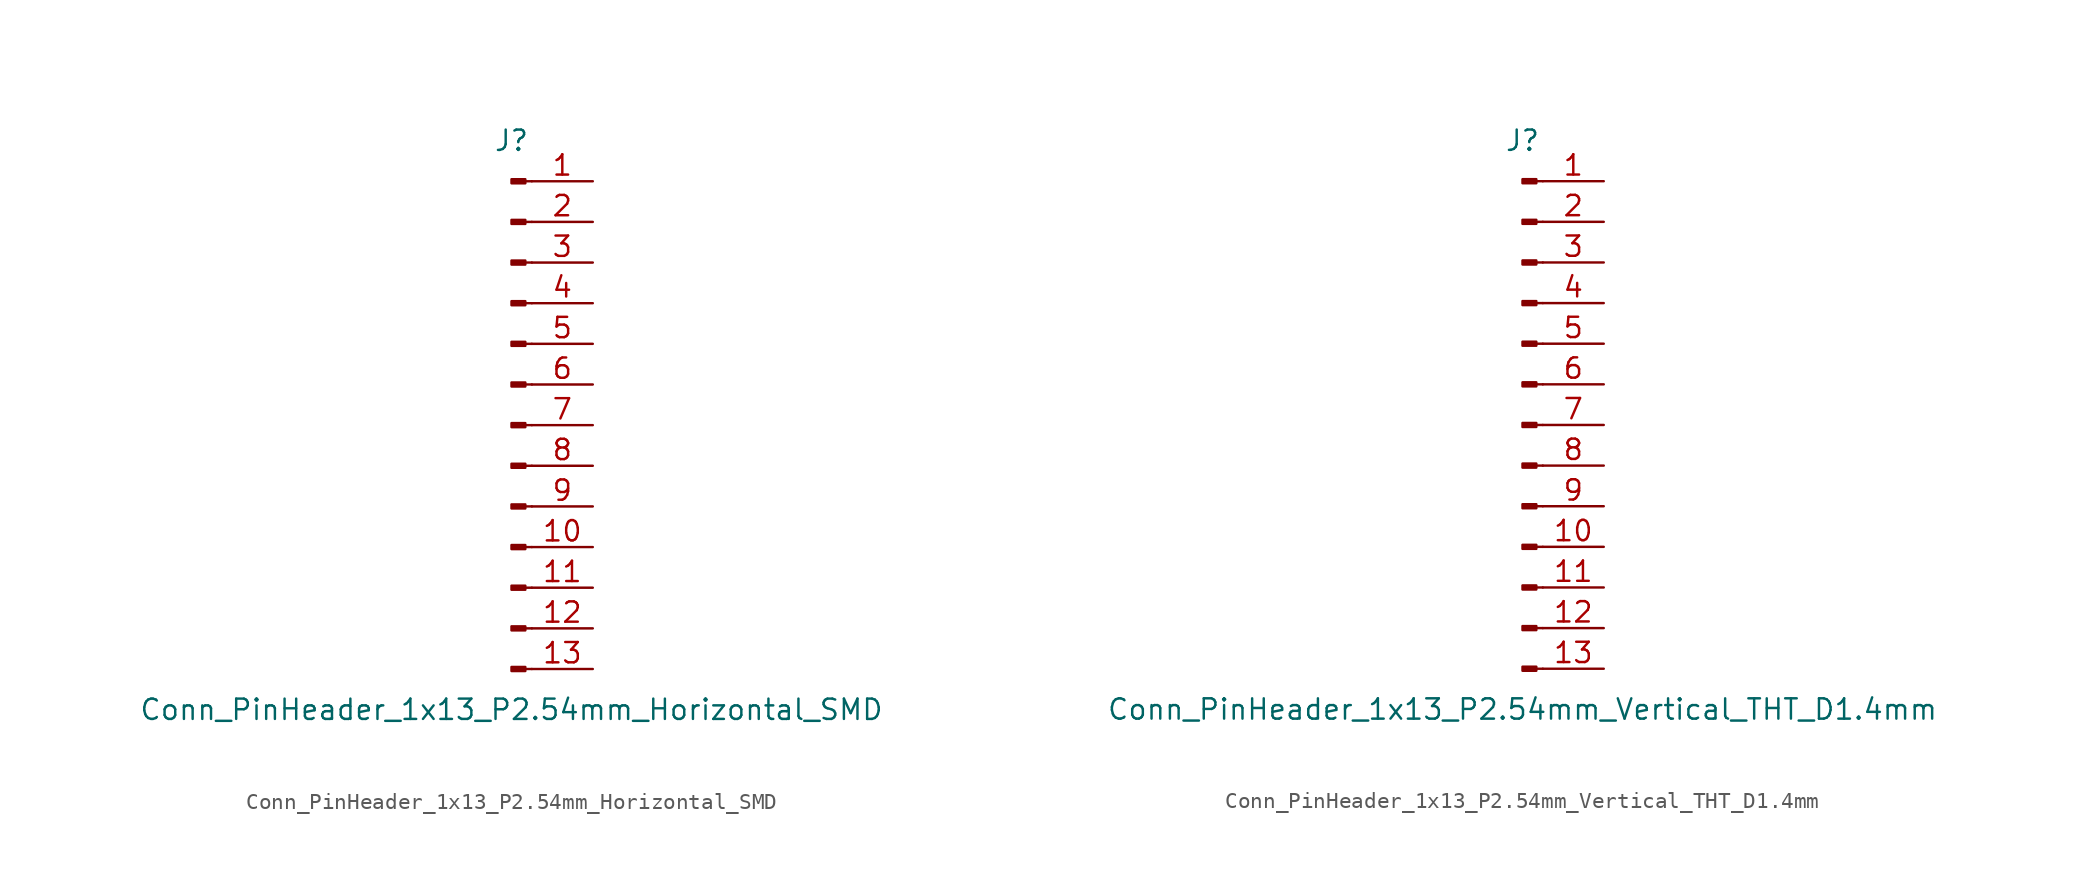
<source format=kicad_sym>
(kicad_symbol_lib
  (version 20220914)
  (generator kicad_symbol_editor)
  (symbol "Conn_PinHeader_1x13_P2.54mm_Horizontal_SMD"
    (pin_names
      (offset 1.016) hide)
    (property "Reference" "J"
      (at 0 17.78 0)
      (effects (font (size 1.27 1.27))))
    (property "Value" "Conn_PinHeader_1x13_P2.54mm_Horizontal_SMD"
      (at 0 -17.78 0)
      (effects (font (size 1.27 1.27))))
    (symbol "Conn_PinHeader_1x13_P2.54mm_Horizontal_SMD_1_1"
      (polyline (pts (xy 1.27 -15.24) (xy 0.864 -15.24)) (stroke (width 0.152) (type solid)) (fill (type none)))
      (polyline (pts (xy 1.27 -12.7) (xy 0.864 -12.7)) (stroke (width 0.152) (type solid)) (fill (type none)))
      (polyline (pts (xy 1.27 -10.16) (xy 0.864 -10.16)) (stroke (width 0.152) (type solid)) (fill (type none)))
      (polyline (pts (xy 1.27 -7.62) (xy 0.864 -7.62)) (stroke (width 0.152) (type solid)) (fill (type none)))
      (polyline (pts (xy 1.27 -5.08) (xy 0.864 -5.08)) (stroke (width 0.152) (type solid)) (fill (type none)))
      (polyline (pts (xy 1.27 -2.54) (xy 0.864 -2.54)) (stroke (width 0.152) (type solid)) (fill (type none)))
      (polyline (pts (xy 1.27 0) (xy 0.864 0)) (stroke (width 0.152) (type solid)) (fill (type none)))
      (polyline (pts (xy 1.27 2.54) (xy 0.864 2.54)) (stroke (width 0.152) (type solid)) (fill (type none)))
      (polyline (pts (xy 1.27 5.08) (xy 0.864 5.08)) (stroke (width 0.152) (type solid)) (fill (type none)))
      (polyline (pts (xy 1.27 7.62) (xy 0.864 7.62)) (stroke (width 0.152) (type solid)) (fill (type none)))
      (polyline (pts (xy 1.27 10.16) (xy 0.864 10.16)) (stroke (width 0.152) (type solid)) (fill (type none)))
      (polyline (pts (xy 1.27 12.7) (xy 0.864 12.7)) (stroke (width 0.152) (type solid)) (fill (type none)))
      (polyline (pts (xy 1.27 15.24) (xy 0.864 15.24)) (stroke (width 0.152) (type solid)) (fill (type none)))
      (rectangle (start 0.864 -15.113) (end 0 -15.367) (stroke (width 0.152) (type solid)) (fill (type outline)))
      (rectangle (start 0.864 -12.573) (end 0 -12.827) (stroke (width 0.152) (type solid)) (fill (type outline)))
      (rectangle (start 0.864 -10.033) (end 0 -10.287) (stroke (width 0.152) (type solid)) (fill (type outline)))
      (rectangle (start 0.864 -7.493) (end 0 -7.747) (stroke (width 0.152) (type solid)) (fill (type outline)))
      (rectangle (start 0.864 -4.953) (end 0 -5.207) (stroke (width 0.152) (type solid)) (fill (type outline)))
      (rectangle (start 0.864 -2.413) (end 0 -2.667) (stroke (width 0.152) (type solid)) (fill (type outline)))
      (rectangle (start 0.864 0.127) (end 0 -0.127) (stroke (width 0.152) (type solid)) (fill (type outline)))
      (rectangle (start 0.864 2.667) (end 0 2.413) (stroke (width 0.152) (type solid)) (fill (type outline)))
      (rectangle (start 0.864 5.207) (end 0 4.953) (stroke (width 0.152) (type solid)) (fill (type outline)))
      (rectangle (start 0.864 7.747) (end 0 7.493) (stroke (width 0.152) (type solid)) (fill (type outline)))
      (rectangle (start 0.864 10.287) (end 0 10.033) (stroke (width 0.152) (type solid)) (fill (type outline)))
      (rectangle (start 0.864 12.827) (end 0 12.573) (stroke (width 0.152) (type solid)) (fill (type outline)))
      (rectangle (start 0.864 15.367) (end 0 15.113) (stroke (width 0.152) (type solid)) (fill (type outline)))
      (pin passive line (at 5.08 15.24 180) (length 3.81) (name "Pin_1" (effects (font (size 1.27 1.27)))) (number "1" (effects (font (size 1.27 1.27)))))
      (pin passive line (at 5.08 -7.62 180) (length 3.81) (name "Pin_10" (effects (font (size 1.27 1.27)))) (number "10" (effects (font (size 1.27 1.27)))))
      (pin passive line (at 5.08 -10.16 180) (length 3.81) (name "Pin_11" (effects (font (size 1.27 1.27)))) (number "11" (effects (font (size 1.27 1.27)))))
      (pin passive line (at 5.08 -12.7 180) (length 3.81) (name "Pin_12" (effects (font (size 1.27 1.27)))) (number "12" (effects (font (size 1.27 1.27)))))
      (pin passive line (at 5.08 -15.24 180) (length 3.81) (name "Pin_13" (effects (font (size 1.27 1.27)))) (number "13" (effects (font (size 1.27 1.27)))))
      (pin passive line (at 5.08 12.7 180) (length 3.81) (name "Pin_2" (effects (font (size 1.27 1.27)))) (number "2" (effects (font (size 1.27 1.27)))))
      (pin passive line (at 5.08 10.16 180) (length 3.81) (name "Pin_3" (effects (font (size 1.27 1.27)))) (number "3" (effects (font (size 1.27 1.27)))))
      (pin passive line (at 5.08 7.62 180) (length 3.81) (name "Pin_4" (effects (font (size 1.27 1.27)))) (number "4" (effects (font (size 1.27 1.27)))))
      (pin passive line (at 5.08 5.08 180) (length 3.81) (name "Pin_5" (effects (font (size 1.27 1.27)))) (number "5" (effects (font (size 1.27 1.27)))))
      (pin passive line (at 5.08 2.54 180) (length 3.81) (name "Pin_6" (effects (font (size 1.27 1.27)))) (number "6" (effects (font (size 1.27 1.27)))))
      (pin passive line (at 5.08 0 180) (length 3.81) (name "Pin_7" (effects (font (size 1.27 1.27)))) (number "7" (effects (font (size 1.27 1.27)))))
      (pin passive line (at 5.08 -2.54 180) (length 3.81) (name "Pin_8" (effects (font (size 1.27 1.27)))) (number "8" (effects (font (size 1.27 1.27)))))
      (pin passive line (at 5.08 -5.08 180) (length 3.81) (name "Pin_9" (effects (font (size 1.27 1.27)))) (number "9" (effects (font (size 1.27 1.27)))))))
  (symbol "Conn_PinHeader_1x13_P2.54mm_Vertical_THT_D1.4mm"
    (pin_names
      (offset 1.016) hide)
    (property "Reference" "J"
      (at 0 17.78 0)
      (effects (font (size 1.27 1.27))))
    (property "Value" "Conn_PinHeader_1x13_P2.54mm_Vertical_THT_D1.4mm"
      (at 0 -17.78 0)
      (effects (font (size 1.27 1.27))))
    (symbol "Conn_PinHeader_1x13_P2.54mm_Vertical_THT_D1.4mm_1_1"
      (polyline (pts (xy 1.27 -15.24) (xy 0.864 -15.24)) (stroke (width 0.152) (type solid)) (fill (type none)))
      (polyline (pts (xy 1.27 -12.7) (xy 0.864 -12.7)) (stroke (width 0.152) (type solid)) (fill (type none)))
      (polyline (pts (xy 1.27 -10.16) (xy 0.864 -10.16)) (stroke (width 0.152) (type solid)) (fill (type none)))
      (polyline (pts (xy 1.27 -7.62) (xy 0.864 -7.62)) (stroke (width 0.152) (type solid)) (fill (type none)))
      (polyline (pts (xy 1.27 -5.08) (xy 0.864 -5.08)) (stroke (width 0.152) (type solid)) (fill (type none)))
      (polyline (pts (xy 1.27 -2.54) (xy 0.864 -2.54)) (stroke (width 0.152) (type solid)) (fill (type none)))
      (polyline (pts (xy 1.27 0) (xy 0.864 0)) (stroke (width 0.152) (type solid)) (fill (type none)))
      (polyline (pts (xy 1.27 2.54) (xy 0.864 2.54)) (stroke (width 0.152) (type solid)) (fill (type none)))
      (polyline (pts (xy 1.27 5.08) (xy 0.864 5.08)) (stroke (width 0.152) (type solid)) (fill (type none)))
      (polyline (pts (xy 1.27 7.62) (xy 0.864 7.62)) (stroke (width 0.152) (type solid)) (fill (type none)))
      (polyline (pts (xy 1.27 10.16) (xy 0.864 10.16)) (stroke (width 0.152) (type solid)) (fill (type none)))
      (polyline (pts (xy 1.27 12.7) (xy 0.864 12.7)) (stroke (width 0.152) (type solid)) (fill (type none)))
      (polyline (pts (xy 1.27 15.24) (xy 0.864 15.24)) (stroke (width 0.152) (type solid)) (fill (type none)))
      (rectangle (start 0.864 -15.113) (end 0 -15.367) (stroke (width 0.152) (type solid)) (fill (type outline)))
      (rectangle (start 0.864 -12.573) (end 0 -12.827) (stroke (width 0.152) (type solid)) (fill (type outline)))
      (rectangle (start 0.864 -10.033) (end 0 -10.287) (stroke (width 0.152) (type solid)) (fill (type outline)))
      (rectangle (start 0.864 -7.493) (end 0 -7.747) (stroke (width 0.152) (type solid)) (fill (type outline)))
      (rectangle (start 0.864 -4.953) (end 0 -5.207) (stroke (width 0.152) (type solid)) (fill (type outline)))
      (rectangle (start 0.864 -2.413) (end 0 -2.667) (stroke (width 0.152) (type solid)) (fill (type outline)))
      (rectangle (start 0.864 0.127) (end 0 -0.127) (stroke (width 0.152) (type solid)) (fill (type outline)))
      (rectangle (start 0.864 2.667) (end 0 2.413) (stroke (width 0.152) (type solid)) (fill (type outline)))
      (rectangle (start 0.864 5.207) (end 0 4.953) (stroke (width 0.152) (type solid)) (fill (type outline)))
      (rectangle (start 0.864 7.747) (end 0 7.493) (stroke (width 0.152) (type solid)) (fill (type outline)))
      (rectangle (start 0.864 10.287) (end 0 10.033) (stroke (width 0.152) (type solid)) (fill (type outline)))
      (rectangle (start 0.864 12.827) (end 0 12.573) (stroke (width 0.152) (type solid)) (fill (type outline)))
      (rectangle (start 0.864 15.367) (end 0 15.113) (stroke (width 0.152) (type solid)) (fill (type outline)))
      (pin passive line (at 5.08 15.24 180) (length 3.81) (name "Pin_1" (effects (font (size 1.27 1.27)))) (number "1" (effects (font (size 1.27 1.27)))))
      (pin passive line (at 5.08 -7.62 180) (length 3.81) (name "Pin_10" (effects (font (size 1.27 1.27)))) (number "10" (effects (font (size 1.27 1.27)))))
      (pin passive line (at 5.08 -10.16 180) (length 3.81) (name "Pin_11" (effects (font (size 1.27 1.27)))) (number "11" (effects (font (size 1.27 1.27)))))
      (pin passive line (at 5.08 -12.7 180) (length 3.81) (name "Pin_12" (effects (font (size 1.27 1.27)))) (number "12" (effects (font (size 1.27 1.27)))))
      (pin passive line (at 5.08 -15.24 180) (length 3.81) (name "Pin_13" (effects (font (size 1.27 1.27)))) (number "13" (effects (font (size 1.27 1.27)))))
      (pin passive line (at 5.08 12.7 180) (length 3.81) (name "Pin_2" (effects (font (size 1.27 1.27)))) (number "2" (effects (font (size 1.27 1.27)))))
      (pin passive line (at 5.08 10.16 180) (length 3.81) (name "Pin_3" (effects (font (size 1.27 1.27)))) (number "3" (effects (font (size 1.27 1.27)))))
      (pin passive line (at 5.08 7.62 180) (length 3.81) (name "Pin_4" (effects (font (size 1.27 1.27)))) (number "4" (effects (font (size 1.27 1.27)))))
      (pin passive line (at 5.08 5.08 180) (length 3.81) (name "Pin_5" (effects (font (size 1.27 1.27)))) (number "5" (effects (font (size 1.27 1.27)))))
      (pin passive line (at 5.08 2.54 180) (length 3.81) (name "Pin_6" (effects (font (size 1.27 1.27)))) (number "6" (effects (font (size 1.27 1.27)))))
      (pin passive line (at 5.08 0 180) (length 3.81) (name "Pin_7" (effects (font (size 1.27 1.27)))) (number "7" (effects (font (size 1.27 1.27)))))
      (pin passive line (at 5.08 -2.54 180) (length 3.81) (name "Pin_8" (effects (font (size 1.27 1.27)))) (number "8" (effects (font (size 1.27 1.27)))))
      (pin passive line (at 5.08 -5.08 180) (length 3.81) (name "Pin_9" (effects (font (size 1.27 1.27)))) (number "9" (effects (font (size 1.27 1.27))))))))
</source>
